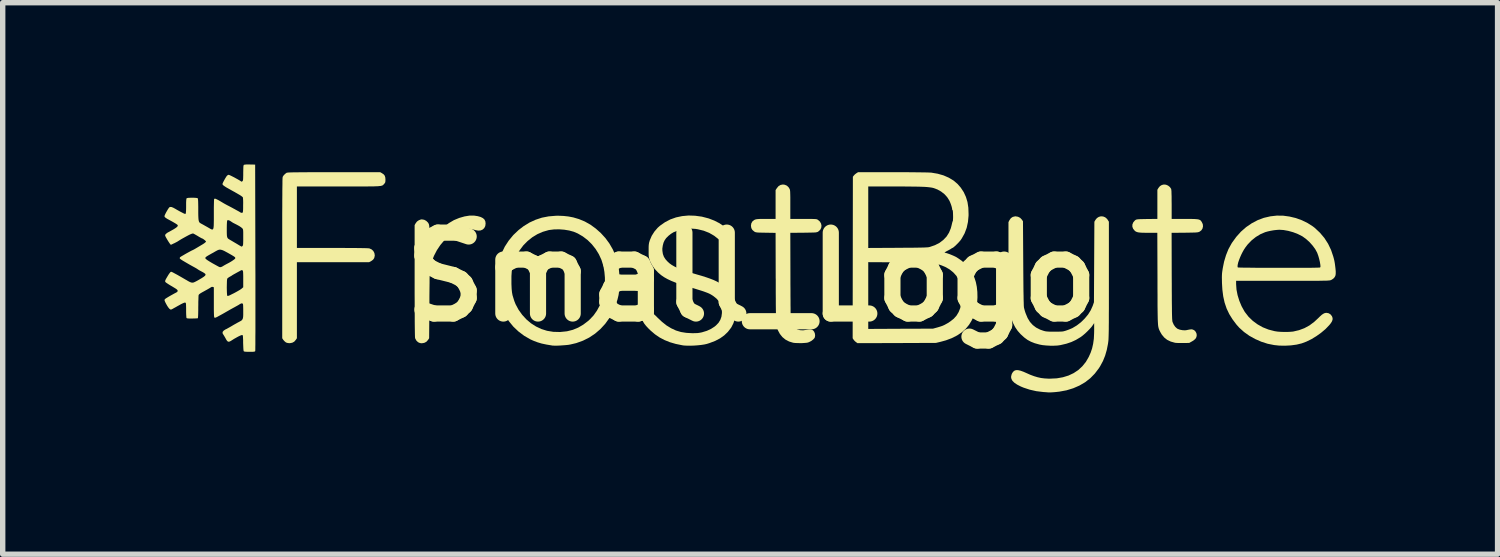
<source format=kicad_pcb>
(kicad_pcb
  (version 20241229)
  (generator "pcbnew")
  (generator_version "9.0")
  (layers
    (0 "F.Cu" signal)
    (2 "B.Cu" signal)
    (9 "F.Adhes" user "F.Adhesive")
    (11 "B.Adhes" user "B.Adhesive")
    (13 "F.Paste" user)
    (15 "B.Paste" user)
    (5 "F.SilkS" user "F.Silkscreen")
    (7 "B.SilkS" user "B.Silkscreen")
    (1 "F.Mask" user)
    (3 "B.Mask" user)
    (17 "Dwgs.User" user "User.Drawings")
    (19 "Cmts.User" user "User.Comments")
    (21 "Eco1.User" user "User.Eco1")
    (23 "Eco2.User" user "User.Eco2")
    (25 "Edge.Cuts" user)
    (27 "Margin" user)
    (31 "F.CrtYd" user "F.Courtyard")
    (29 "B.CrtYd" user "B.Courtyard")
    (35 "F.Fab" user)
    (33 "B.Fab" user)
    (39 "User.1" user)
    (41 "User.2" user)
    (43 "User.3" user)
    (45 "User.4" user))
  (footprint "Small_Logo"
    (layer "F.Cu")
    (at 10.89 2.085)
    (property "Reference" "Small_Logo" (at 0 0 0) (layer "F.SilkS") (effects (font (size 1.5 1.5) (thickness 0.3))))
    (attr board_only exclude_from_pos_files exclude_from_bom)
    (fp_poly (pts (xy -5.082 -1.127) (xy -5.026 -1.111) (xy -4.985 -1.09) (xy -4.957 -1.064) (xy -4.941 -1.031) (xy -4.936 -0.991) (xy -4.942 -0.944) (xy -4.961 -0.906) (xy -4.99 -0.879) (xy -5.028 -0.862) (xy -5.073 -0.859) (xy -5.124 -0.868) (xy -5.136 -0.872) (xy -5.213 -0.89) (xy -5.293 -0.894) (xy -5.374 -0.881) (xy -5.447 -0.857) (xy -5.538 -0.811) (xy -5.624 -0.75) (xy -5.703 -0.677) (xy -5.775 -0.592) (xy -5.839 -0.496) (xy -5.893 -0.392) (xy -5.937 -0.28) (xy -5.957 -0.213) (xy -5.96 -0.201) (xy -5.963 -0.189) (xy -5.965 -0.176) (xy -5.967 -0.16) (xy -5.969 -0.141) (xy -5.97 -0.117) (xy -5.972 -0.088) (xy -5.973 -0.052) (xy -5.974 -0.007) (xy -5.975 0.046) (xy -5.975 0.11) (xy -5.976 0.185) (xy -5.977 0.273) (xy -5.978 0.374) (xy -5.978 0.49) (xy -5.978 0.494) (xy -5.983 1.137) (xy -6.004 1.169) (xy -6.035 1.203) (xy -6.075 1.223) (xy -6.12 1.23) (xy -6.153 1.226) (xy -6.187 1.211) (xy -6.217 1.184) (xy -6.238 1.148) (xy -6.243 1.134) (xy -6.245 1.121) (xy -6.246 1.093) (xy -6.247 1.05) (xy -6.248 0.991) (xy -6.249 0.918) (xy -6.25 0.828) (xy -6.25 0.723) (xy -6.251 0.603) (xy -6.251 0.467) (xy -6.252 0.315) (xy -6.252 0.147) (xy -6.252 0.071) (xy -6.252 -0.961) (xy -6.233 -0.995) (xy -6.208 -1.028) (xy -6.173 -1.052) (xy -6.134 -1.066) (xy -6.117 -1.067) (xy -6.075 -1.06) (xy -6.037 -1.04) (xy -6.006 -1.01) (xy -5.999 -1) (xy -5.993 -0.989) (xy -5.988 -0.979) (xy -5.985 -0.967) (xy -5.982 -0.952) (xy -5.98 -0.93) (xy -5.979 -0.901) (xy -5.979 -0.861) (xy -5.979 -0.81) (xy -5.979 -0.754) (xy -5.979 -0.542) (xy -5.933 -0.628) (xy -5.865 -0.741) (xy -5.79 -0.84) (xy -5.708 -0.926) (xy -5.619 -0.997) (xy -5.524 -1.053) (xy -5.425 -1.094) (xy -5.327 -1.122) (xy -5.236 -1.137) (xy -5.154 -1.138)) (stroke (width 0) (type solid)) (fill yes) (layer "F.SilkS"))
    (fp_poly (pts (xy -7.747 -1.942) (xy -6.89 -1.942) (xy -6.858 -1.924) (xy -6.826 -1.902) (xy -6.806 -1.877) (xy -6.796 -1.844) (xy -6.793 -1.806) (xy -6.794 -1.775) (xy -6.797 -1.755) (xy -6.804 -1.741) (xy -6.817 -1.726) (xy -6.817 -1.725) (xy -6.825 -1.717) (xy -6.831 -1.71) (xy -6.837 -1.704) (xy -6.845 -1.699) (xy -6.855 -1.694) (xy -6.867 -1.691) (xy -6.884 -1.687) (xy -6.906 -1.685) (xy -6.933 -1.682) (xy -6.968 -1.681) (xy -7.01 -1.679) (xy -7.062 -1.679) (xy -7.123 -1.678) (xy -7.195 -1.678) (xy -7.279 -1.677) (xy -7.375 -1.677) (xy -7.486 -1.677) (xy -7.611 -1.677) (xy -7.66 -1.677) (xy -8.435 -1.677) (xy -8.435 -1.107) (xy -8.435 -0.538) (xy -7.779 -0.538) (xy -7.641 -0.538) (xy -7.52 -0.537) (xy -7.414 -0.537) (xy -7.324 -0.536) (xy -7.248 -0.535) (xy -7.188 -0.534) (xy -7.142 -0.533) (xy -7.11 -0.531) (xy -7.092 -0.529) (xy -7.09 -0.529) (xy -7.049 -0.51) (xy -7.018 -0.481) (xy -6.998 -0.443) (xy -6.991 -0.4) (xy -6.992 -0.391) (xy -7.001 -0.351) (xy -7.022 -0.32) (xy -7.056 -0.295) (xy -7.062 -0.291) (xy -7.097 -0.273) (xy -7.766 -0.273) (xy -8.435 -0.273) (xy -8.435 0.432) (xy -8.435 1.137) (xy -8.453 1.164) (xy -8.484 1.2) (xy -8.521 1.22) (xy -8.565 1.228) (xy -8.571 1.228) (xy -8.606 1.225) (xy -8.632 1.217) (xy -8.644 1.21) (xy -8.667 1.19) (xy -8.688 1.166) (xy -8.689 1.164) (xy -8.707 1.137) (xy -8.707 -0.351) (xy -8.707 -0.548) (xy -8.707 -0.729) (xy -8.707 -0.894) (xy -8.707 -1.046) (xy -8.707 -1.182) (xy -8.706 -1.305) (xy -8.706 -1.414) (xy -8.705 -1.51) (xy -8.705 -1.594) (xy -8.704 -1.665) (xy -8.703 -1.724) (xy -8.703 -1.772) (xy -8.702 -1.808) (xy -8.701 -1.834) (xy -8.699 -1.85) (xy -8.698 -1.856) (xy -8.68 -1.884) (xy -8.653 -1.911) (xy -8.627 -1.93) (xy -8.626 -1.931) (xy -8.62 -1.933) (xy -8.61 -1.934) (xy -8.596 -1.936) (xy -8.575 -1.937) (xy -8.548 -1.938) (xy -8.513 -1.939) (xy -8.47 -1.94) (xy -8.417 -1.94) (xy -8.354 -1.941) (xy -8.28 -1.941) (xy -8.194 -1.942) (xy -8.095 -1.942) (xy -7.983 -1.942) (xy -7.856 -1.942)) (stroke (width 0) (type solid)) (fill yes) (layer "F.SilkS"))
    (fp_poly (pts (xy 7.68 -1.71) (xy 7.718 -1.694) (xy 7.752 -1.667) (xy 7.776 -1.632) (xy 7.778 -1.618) (xy 7.781 -1.591) (xy 7.782 -1.548) (xy 7.784 -1.491) (xy 7.784 -1.418) (xy 7.785 -1.345) (xy 7.785 -1.075) (xy 8.026 -1.075) (xy 8.1 -1.075) (xy 8.161 -1.075) (xy 8.208 -1.074) (xy 8.246 -1.071) (xy 8.274 -1.068) (xy 8.295 -1.062) (xy 8.311 -1.055) (xy 8.323 -1.046) (xy 8.333 -1.033) (xy 8.343 -1.019) (xy 8.362 -0.979) (xy 8.366 -0.938) (xy 8.357 -0.898) (xy 8.335 -0.864) (xy 8.302 -0.839) (xy 8.292 -0.835) (xy 8.281 -0.831) (xy 8.268 -0.828) (xy 8.249 -0.826) (xy 8.224 -0.824) (xy 8.191 -0.823) (xy 8.147 -0.822) (xy 8.091 -0.821) (xy 8.027 -0.82) (xy 7.784 -0.818) (xy 7.786 -0.01) (xy 7.787 0.123) (xy 7.787 0.241) (xy 7.788 0.344) (xy 7.788 0.435) (xy 7.789 0.513) (xy 7.79 0.58) (xy 7.79 0.636) (xy 7.791 0.684) (xy 7.792 0.723) (xy 7.793 0.754) (xy 7.794 0.779) (xy 7.796 0.799) (xy 7.797 0.814) (xy 7.799 0.826) (xy 7.801 0.835) (xy 7.803 0.839) (xy 7.824 0.886) (xy 7.852 0.926) (xy 7.884 0.955) (xy 7.895 0.962) (xy 7.936 0.978) (xy 7.984 0.987) (xy 8.03 0.99) (xy 8.057 0.987) (xy 8.096 0.979) (xy 8.124 0.974) (xy 8.143 0.972) (xy 8.159 0.972) (xy 8.174 0.975) (xy 8.202 0.987) (xy 8.227 1.012) (xy 8.244 1.044) (xy 8.25 1.079) (xy 8.25 1.079) (xy 8.244 1.115) (xy 8.226 1.147) (xy 8.193 1.176) (xy 8.162 1.195) (xy 8.11 1.224) (xy 7.993 1.225) (xy 7.949 1.225) (xy 7.907 1.225) (xy 7.873 1.223) (xy 7.849 1.221) (xy 7.845 1.22) (xy 7.767 1.198) (xy 7.701 1.166) (xy 7.647 1.123) (xy 7.602 1.069) (xy 7.575 1.023) (xy 7.567 1.007) (xy 7.56 0.993) (xy 7.554 0.98) (xy 7.549 0.967) (xy 7.544 0.952) (xy 7.54 0.935) (xy 7.536 0.916) (xy 7.533 0.892) (xy 7.531 0.863) (xy 7.529 0.828) (xy 7.527 0.786) (xy 7.526 0.736) (xy 7.525 0.677) (xy 7.524 0.609) (xy 7.523 0.529) (xy 7.523 0.438) (xy 7.523 0.334) (xy 7.522 0.216) (xy 7.522 0.083) (xy 7.522 0.034) (xy 7.519 -0.819) (xy 7.353 -0.819) (xy 7.287 -0.819) (xy 7.234 -0.82) (xy 7.193 -0.823) (xy 7.162 -0.827) (xy 7.138 -0.834) (xy 7.12 -0.842) (xy 7.104 -0.853) (xy 7.1 -0.857) (xy 7.07 -0.894) (xy 7.056 -0.933) (xy 7.057 -0.973) (xy 7.073 -1.012) (xy 7.103 -1.047) (xy 7.113 -1.055) (xy 7.121 -1.06) (xy 7.131 -1.064) (xy 7.144 -1.067) (xy 7.163 -1.069) (xy 7.189 -1.071) (xy 7.226 -1.072) (xy 7.274 -1.073) (xy 7.328 -1.074) (xy 7.52 -1.076) (xy 7.52 -1.346) (xy 7.52 -1.616) (xy 7.54 -1.65) (xy 7.568 -1.684) (xy 7.603 -1.705) (xy 7.641 -1.714)) (stroke (width 0) (type solid)) (fill yes) (layer "F.SilkS"))
    (fp_poly (pts (xy -3.491 -1.131) (xy -3.4 -1.121) (xy -3.311 -1.104) (xy -3.22 -1.077) (xy -3.206 -1.073) (xy -3.097 -1.028) (xy -2.992 -0.969) (xy -2.892 -0.896) (xy -2.799 -0.813) (xy -2.714 -0.72) (xy -2.64 -0.619) (xy -2.578 -0.511) (xy -2.571 -0.496) (xy -2.556 -0.462) (xy -2.539 -0.419) (xy -2.521 -0.371) (xy -2.505 -0.324) (xy -2.492 -0.283) (xy -2.484 -0.254) (xy -2.466 -0.151) (xy -2.455 -0.039) (xy -2.451 0.077) (xy -2.454 0.191) (xy -2.465 0.298) (xy -2.471 0.337) (xy -2.49 0.417) (xy -2.518 0.504) (xy -2.552 0.592) (xy -2.591 0.675) (xy -2.632 0.749) (xy -2.638 0.758) (xy -2.718 0.869) (xy -2.808 0.967) (xy -2.907 1.052) (xy -3.015 1.124) (xy -3.131 1.182) (xy -3.256 1.227) (xy -3.362 1.252) (xy -3.401 1.259) (xy -3.449 1.264) (xy -3.503 1.268) (xy -3.558 1.272) (xy -3.61 1.274) (xy -3.657 1.274) (xy -3.692 1.273) (xy -3.704 1.271) (xy -3.806 1.254) (xy -3.896 1.235) (xy -3.976 1.211) (xy -4.049 1.183) (xy -4.105 1.158) (xy -4.221 1.091) (xy -4.326 1.012) (xy -4.421 0.922) (xy -4.505 0.82) (xy -4.577 0.709) (xy -4.637 0.587) (xy -4.684 0.457) (xy -4.719 0.318) (xy -4.72 0.313) (xy -4.73 0.247) (xy -4.736 0.171) (xy -4.737 0.104) (xy -4.467 0.104) (xy -4.458 0.223) (xy -4.437 0.338) (xy -4.404 0.446) (xy -4.38 0.506) (xy -4.324 0.61) (xy -4.257 0.703) (xy -4.18 0.787) (xy -4.095 0.859) (xy -4.001 0.919) (xy -3.901 0.966) (xy -3.796 0.999) (xy -3.686 1.017) (xy -3.676 1.018) (xy -3.555 1.021) (xy -3.437 1.009) (xy -3.419 1.006) (xy -3.317 0.98) (xy -3.22 0.94) (xy -3.127 0.886) (xy -3.036 0.817) (xy -3.001 0.785) (xy -2.932 0.711) (xy -2.871 0.624) (xy -2.819 0.528) (xy -2.776 0.425) (xy -2.746 0.319) (xy -2.744 0.309) (xy -2.729 0.217) (xy -2.723 0.115) (xy -2.724 0.011) (xy -2.733 -0.092) (xy -2.749 -0.187) (xy -2.754 -0.208) (xy -2.788 -0.317) (xy -2.836 -0.421) (xy -2.896 -0.518) (xy -2.966 -0.606) (xy -3.045 -0.684) (xy -3.133 -0.751) (xy -3.227 -0.806) (xy -3.302 -0.838) (xy -3.386 -0.861) (xy -3.478 -0.876) (xy -3.574 -0.883) (xy -3.669 -0.881) (xy -3.758 -0.87) (xy -3.768 -0.868) (xy -3.875 -0.837) (xy -3.976 -0.793) (xy -4.071 -0.735) (xy -4.158 -0.665) (xy -4.237 -0.585) (xy -4.305 -0.494) (xy -4.363 -0.395) (xy -4.409 -0.288) (xy -4.442 -0.175) (xy -4.451 -0.132) (xy -4.465 -0.015) (xy -4.467 0.104) (xy -4.737 0.104) (xy -4.738 0.089) (xy -4.737 0.005) (xy -4.732 -0.075) (xy -4.724 -0.147) (xy -4.72 -0.171) (xy -4.686 -0.309) (xy -4.639 -0.44) (xy -4.58 -0.562) (xy -4.507 -0.674) (xy -4.422 -0.777) (xy -4.324 -0.87) (xy -4.233 -0.94) (xy -4.123 -1.008) (xy -4.01 -1.06) (xy -3.892 -1.099) (xy -3.768 -1.123) (xy -3.636 -1.134) (xy -3.591 -1.135)) (stroke (width 0) (type solid)) (fill yes) (layer "F.SilkS"))
    (fp_poly (pts (xy 0.612 -1.709) (xy 0.651 -1.692) (xy 0.681 -1.664) (xy 0.699 -1.635) (xy 0.703 -1.626) (xy 0.707 -1.616) (xy 0.709 -1.602) (xy 0.711 -1.583) (xy 0.712 -1.557) (xy 0.713 -1.523) (xy 0.714 -1.478) (xy 0.714 -1.421) (xy 0.714 -1.35) (xy 0.714 -1.341) (xy 0.714 -1.075) (xy 0.958 -1.075) (xy 1.027 -1.075) (xy 1.082 -1.075) (xy 1.124 -1.075) (xy 1.156 -1.074) (xy 1.179 -1.073) (xy 1.196 -1.071) (xy 1.208 -1.068) (xy 1.217 -1.064) (xy 1.225 -1.059) (xy 1.228 -1.057) (xy 1.263 -1.026) (xy 1.284 -0.989) (xy 1.292 -0.95) (xy 1.287 -0.911) (xy 1.269 -0.875) (xy 1.237 -0.845) (xy 1.228 -0.839) (xy 1.219 -0.834) (xy 1.209 -0.831) (xy 1.196 -0.828) (xy 1.178 -0.825) (xy 1.153 -0.824) (xy 1.12 -0.823) (xy 1.076 -0.822) (xy 1.02 -0.821) (xy 0.957 -0.82) (xy 0.714 -0.818) (xy 0.716 -0.006) (xy 0.716 0.127) (xy 0.717 0.244) (xy 0.717 0.348) (xy 0.718 0.438) (xy 0.718 0.516) (xy 0.719 0.583) (xy 0.719 0.64) (xy 0.72 0.687) (xy 0.721 0.726) (xy 0.722 0.758) (xy 0.723 0.783) (xy 0.725 0.803) (xy 0.726 0.818) (xy 0.728 0.83) (xy 0.73 0.84) (xy 0.732 0.848) (xy 0.733 0.849) (xy 0.758 0.9) (xy 0.794 0.941) (xy 0.84 0.97) (xy 0.892 0.987) (xy 0.951 0.99) (xy 0.999 0.983) (xy 1.049 0.974) (xy 1.088 0.972) (xy 1.117 0.979) (xy 1.14 0.995) (xy 1.157 1.018) (xy 1.17 1.051) (xy 1.174 1.088) (xy 1.168 1.121) (xy 1.161 1.135) (xy 1.137 1.161) (xy 1.103 1.187) (xy 1.064 1.207) (xy 1.041 1.216) (xy 1.014 1.221) (xy 0.977 1.224) (xy 0.931 1.227) (xy 0.883 1.227) (xy 0.837 1.226) (xy 0.796 1.224) (xy 0.766 1.22) (xy 0.691 1.197) (xy 0.624 1.162) (xy 0.566 1.114) (xy 0.52 1.056) (xy 0.499 1.017) (xy 0.49 1.001) (xy 0.483 0.985) (xy 0.477 0.971) (xy 0.471 0.956) (xy 0.466 0.94) (xy 0.462 0.922) (xy 0.458 0.901) (xy 0.455 0.876) (xy 0.453 0.845) (xy 0.451 0.808) (xy 0.449 0.765) (xy 0.448 0.713) (xy 0.447 0.652) (xy 0.446 0.581) (xy 0.445 0.498) (xy 0.445 0.404) (xy 0.444 0.297) (xy 0.444 0.176) (xy 0.444 0.04) (xy 0.443 0.023) (xy 0.441 -0.817) (xy 0.259 -0.82) (xy 0.2 -0.821) (xy 0.155 -0.822) (xy 0.121 -0.823) (xy 0.097 -0.825) (xy 0.079 -0.828) (xy 0.066 -0.831) (xy 0.055 -0.836) (xy 0.045 -0.842) (xy 0.011 -0.871) (xy -0.009 -0.906) (xy -0.016 -0.95) (xy -0.016 -0.95) (xy -0.009 -0.994) (xy 0.011 -1.029) (xy 0.044 -1.055) (xy 0.051 -1.059) (xy 0.063 -1.064) (xy 0.077 -1.068) (xy 0.093 -1.071) (xy 0.115 -1.073) (xy 0.145 -1.075) (xy 0.185 -1.075) (xy 0.238 -1.075) (xy 0.263 -1.075) (xy 0.441 -1.075) (xy 0.441 -1.343) (xy 0.441 -1.61) (xy 0.465 -1.647) (xy 0.496 -1.684) (xy 0.534 -1.706) (xy 0.576 -1.714)) (stroke (width 0) (type solid)) (fill yes) (layer "F.SilkS"))
    (fp_poly (pts (xy -1.052 -1.135) (xy -0.927 -1.118) (xy -0.911 -1.114) (xy -0.8 -1.085) (xy -0.696 -1.045) (xy -0.6 -0.996) (xy -0.515 -0.938) (xy -0.441 -0.874) (xy -0.384 -0.807) (xy -0.366 -0.771) (xy -0.361 -0.73) (xy -0.367 -0.691) (xy -0.375 -0.673) (xy -0.399 -0.646) (xy -0.431 -0.628) (xy -0.469 -0.619) (xy -0.506 -0.62) (xy -0.538 -0.632) (xy -0.543 -0.636) (xy -0.56 -0.65) (xy -0.584 -0.671) (xy -0.61 -0.694) (xy -0.612 -0.696) (xy -0.697 -0.763) (xy -0.79 -0.817) (xy -0.891 -0.857) (xy -1.002 -0.884) (xy -1.045 -0.891) (xy -1.123 -0.896) (xy -1.207 -0.892) (xy -1.292 -0.88) (xy -1.372 -0.859) (xy -1.443 -0.832) (xy -1.449 -0.83) (xy -1.498 -0.8) (xy -1.546 -0.762) (xy -1.588 -0.72) (xy -1.616 -0.68) (xy -1.637 -0.635) (xy -1.651 -0.581) (xy -1.659 -0.526) (xy -1.658 -0.485) (xy -1.649 -0.426) (xy -1.63 -0.374) (xy -1.6 -0.327) (xy -1.562 -0.285) (xy -1.527 -0.253) (xy -1.487 -0.224) (xy -1.441 -0.197) (xy -1.387 -0.17) (xy -1.324 -0.143) (xy -1.25 -0.116) (xy -1.163 -0.088) (xy -1.063 -0.059) (xy -1.026 -0.048) (xy -0.929 -0.02) (xy -0.847 0.006) (xy -0.775 0.031) (xy -0.713 0.055) (xy -0.658 0.08) (xy -0.607 0.107) (xy -0.559 0.136) (xy -0.544 0.147) (xy -0.481 0.194) (xy -0.43 0.244) (xy -0.389 0.299) (xy -0.372 0.327) (xy -0.349 0.371) (xy -0.332 0.41) (xy -0.32 0.452) (xy -0.309 0.503) (xy -0.308 0.51) (xy -0.299 0.6) (xy -0.301 0.69) (xy -0.315 0.777) (xy -0.341 0.858) (xy -0.377 0.93) (xy -0.386 0.944) (xy -0.444 1.019) (xy -0.512 1.084) (xy -0.589 1.139) (xy -0.679 1.186) (xy -0.781 1.225) (xy -0.831 1.241) (xy -0.879 1.252) (xy -0.938 1.261) (xy -1.005 1.268) (xy -1.075 1.273) (xy -1.144 1.275) (xy -1.208 1.274) (xy -1.263 1.271) (xy -1.288 1.267) (xy -1.41 1.242) (xy -1.52 1.21) (xy -1.619 1.17) (xy -1.71 1.122) (xy -1.795 1.064) (xy -1.877 0.994) (xy -1.913 0.959) (xy -1.958 0.911) (xy -1.991 0.87) (xy -2.014 0.833) (xy -2.026 0.799) (xy -2.03 0.766) (xy -2.03 0.765) (xy -2.023 0.73) (xy -2.003 0.699) (xy -1.973 0.674) (xy -1.938 0.657) (xy -1.899 0.651) (xy -1.86 0.657) (xy -1.856 0.658) (xy -1.843 0.667) (xy -1.821 0.685) (xy -1.793 0.71) (xy -1.763 0.739) (xy -1.754 0.749) (xy -1.667 0.831) (xy -1.582 0.899) (xy -1.495 0.952) (xy -1.407 0.993) (xy -1.314 1.021) (xy -1.214 1.037) (xy -1.106 1.043) (xy -1.095 1.043) (xy -1.042 1.042) (xy -0.999 1.04) (xy -0.96 1.034) (xy -0.92 1.026) (xy -0.915 1.024) (xy -0.833 0.999) (xy -0.757 0.964) (xy -0.692 0.922) (xy -0.665 0.9) (xy -0.617 0.85) (xy -0.584 0.796) (xy -0.563 0.737) (xy -0.554 0.67) (xy -0.554 0.646) (xy -0.56 0.575) (xy -0.577 0.511) (xy -0.608 0.455) (xy -0.652 0.404) (xy -0.711 0.356) (xy -0.732 0.342) (xy -0.753 0.329) (xy -0.774 0.317) (xy -0.797 0.306) (xy -0.823 0.295) (xy -0.855 0.283) (xy -0.893 0.269) (xy -0.939 0.254) (xy -0.994 0.237) (xy -1.061 0.216) (xy -1.141 0.192) (xy -1.208 0.173) (xy -1.317 0.139) (xy -1.411 0.106) (xy -1.493 0.073) (xy -1.565 0.039) (xy -1.627 0.004) (xy -1.682 -0.034) (xy -1.731 -0.076) (xy -1.74 -0.084) (xy -1.8 -0.148) (xy -1.849 -0.217) (xy -1.885 -0.287) (xy -1.894 -0.313) (xy -1.902 -0.339) (xy -1.908 -0.362) (xy -1.911 -0.387) (xy -1.913 -0.417) (xy -1.913 -0.457) (xy -1.913 -0.494) (xy -1.913 -0.542) (xy -1.912 -0.579) (xy -1.909 -0.608) (xy -1.905 -0.633) (xy -1.898 -0.657) (xy -1.892 -0.678) (xy -1.856 -0.762) (xy -1.806 -0.841) (xy -1.745 -0.912) (xy -1.702 -0.95) (xy -1.611 -1.014) (xy -1.512 -1.066) (xy -1.405 -1.104) (xy -1.292 -1.128) (xy -1.174 -1.139)) (stroke (width 0) (type solid)) (fill yes) (layer "F.SilkS"))
    (fp_poly (pts (xy 2.739 -1.942) (xy 2.857 -1.942) (xy 2.964 -1.941) (xy 3.059 -1.94) (xy 3.141 -1.939) (xy 3.209 -1.938) (xy 3.264 -1.937) (xy 3.303 -1.935) (xy 3.328 -1.934) (xy 3.328 -1.934) (xy 3.446 -1.914) (xy 3.555 -1.883) (xy 3.653 -1.84) (xy 3.741 -1.787) (xy 3.817 -1.722) (xy 3.875 -1.655) (xy 3.929 -1.573) (xy 3.97 -1.484) (xy 3.999 -1.389) (xy 4.015 -1.284) (xy 4.019 -1.17) (xy 4.019 -1.138) (xy 4.008 -1.02) (xy 3.984 -0.91) (xy 3.946 -0.809) (xy 3.895 -0.717) (xy 3.871 -0.681) (xy 3.852 -0.659) (xy 3.828 -0.632) (xy 3.801 -0.605) (xy 3.775 -0.579) (xy 3.75 -0.558) (xy 3.732 -0.543) (xy 3.721 -0.538) (xy 3.709 -0.533) (xy 3.7 -0.526) (xy 3.688 -0.518) (xy 3.665 -0.505) (xy 3.636 -0.489) (xy 3.623 -0.483) (xy 3.596 -0.468) (xy 3.579 -0.457) (xy 3.574 -0.45) (xy 3.576 -0.45) (xy 3.596 -0.446) (xy 3.626 -0.437) (xy 3.664 -0.424) (xy 3.704 -0.408) (xy 3.744 -0.391) (xy 3.78 -0.374) (xy 3.803 -0.361) (xy 3.892 -0.3) (xy 3.972 -0.226) (xy 4.041 -0.141) (xy 4.098 -0.048) (xy 4.129 0.017) (xy 4.154 0.095) (xy 4.172 0.183) (xy 4.182 0.279) (xy 4.184 0.378) (xy 4.178 0.478) (xy 4.164 0.574) (xy 4.157 0.609) (xy 4.137 0.674) (xy 4.108 0.744) (xy 4.073 0.814) (xy 4.033 0.879) (xy 4.028 0.887) (xy 3.968 0.96) (xy 3.894 1.026) (xy 3.808 1.084) (xy 3.71 1.134) (xy 3.601 1.175) (xy 3.503 1.202) (xy 3.415 1.223) (xy 2.688 1.226) (xy 1.961 1.228) (xy 1.934 1.21) (xy 1.91 1.19) (xy 1.89 1.167) (xy 1.888 1.164) (xy 1.87 1.137) (xy 1.871 0.345) (xy 2.159 0.345) (xy 2.159 0.964) (xy 2.759 0.961) (xy 3.359 0.959) (xy 3.443 0.936) (xy 3.512 0.915) (xy 3.572 0.89) (xy 3.63 0.858) (xy 3.682 0.824) (xy 3.745 0.774) (xy 3.796 0.717) (xy 3.835 0.652) (xy 3.864 0.579) (xy 3.883 0.495) (xy 3.892 0.399) (xy 3.893 0.348) (xy 3.89 0.268) (xy 3.883 0.2) (xy 3.869 0.139) (xy 3.849 0.081) (xy 3.834 0.048) (xy 3.792 -0.022) (xy 3.736 -0.084) (xy 3.668 -0.139) (xy 3.588 -0.185) (xy 3.521 -0.213) (xy 3.493 -0.223) (xy 3.467 -0.231) (xy 3.443 -0.239) (xy 3.418 -0.245) (xy 3.393 -0.25) (xy 3.364 -0.255) (xy 3.331 -0.259) (xy 3.293 -0.262) (xy 3.249 -0.264) (xy 3.196 -0.266) (xy 3.135 -0.267) (xy 3.063 -0.268) (xy 2.979 -0.269) (xy 2.882 -0.27) (xy 2.771 -0.271) (xy 2.731 -0.271) (xy 2.159 -0.274) (xy 2.159 0.345) (xy 1.871 0.345) (xy 1.872 -0.361) (xy 1.873 -1.107) (xy 2.159 -1.107) (xy 2.159 -0.537) (xy 2.707 -0.54) (xy 2.817 -0.541) (xy 2.912 -0.541) (xy 2.993 -0.542) (xy 3.062 -0.543) (xy 3.119 -0.544) (xy 3.167 -0.545) (xy 3.205 -0.546) (xy 3.235 -0.548) (xy 3.259 -0.549) (xy 3.277 -0.551) (xy 3.291 -0.554) (xy 3.3 -0.556) (xy 3.396 -0.589) (xy 3.48 -0.632) (xy 3.551 -0.686) (xy 3.611 -0.749) (xy 3.657 -0.822) (xy 3.691 -0.905) (xy 3.706 -0.963) (xy 3.713 -0.994) (xy 3.719 -1.018) (xy 3.724 -1.032) (xy 3.726 -1.034) (xy 3.729 -1.043) (xy 3.73 -1.063) (xy 3.732 -1.092) (xy 3.732 -1.126) (xy 3.731 -1.161) (xy 3.73 -1.192) (xy 3.728 -1.218) (xy 3.726 -1.233) (xy 3.724 -1.236) (xy 3.717 -1.243) (xy 3.716 -1.25) (xy 3.712 -1.277) (xy 3.703 -1.313) (xy 3.689 -1.354) (xy 3.672 -1.396) (xy 3.661 -1.419) (xy 3.622 -1.48) (xy 3.571 -1.536) (xy 3.509 -1.584) (xy 3.441 -1.622) (xy 3.368 -1.649) (xy 3.367 -1.649) (xy 3.343 -1.655) (xy 3.317 -1.659) (xy 3.285 -1.663) (xy 3.248 -1.667) (xy 3.204 -1.67) (xy 3.151 -1.672) (xy 3.089 -1.674) (xy 3.017 -1.675) (xy 2.932 -1.676) (xy 2.835 -1.677) (xy 2.724 -1.677) (xy 2.646 -1.677) (xy 2.159 -1.677) (xy 2.159 -1.107) (xy 1.873 -1.107) (xy 1.874 -1.858) (xy 1.893 -1.882) (xy 1.912 -1.902) (xy 1.937 -1.921) (xy 1.941 -1.924) (xy 1.97 -1.942) (xy 2.611 -1.942)) (stroke (width 0) (type solid)) (fill yes) (layer "F.SilkS"))
    (fp_poly (pts (xy 6.514 -1.121) (xy 6.552 -1.106) (xy 6.585 -1.078) (xy 6.597 -1.062) (xy 6.621 -1.024) (xy 6.621 0.056) (xy 6.621 0.21) (xy 6.621 0.348) (xy 6.621 0.473) (xy 6.621 0.584) (xy 6.62 0.683) (xy 6.62 0.769) (xy 6.62 0.845) (xy 6.619 0.912) (xy 6.619 0.969) (xy 6.618 1.018) (xy 6.617 1.059) (xy 6.616 1.094) (xy 6.615 1.124) (xy 6.614 1.149) (xy 6.613 1.17) (xy 6.611 1.189) (xy 6.609 1.205) (xy 6.607 1.22) (xy 6.605 1.235) (xy 6.605 1.236) (xy 6.582 1.353) (xy 6.551 1.46) (xy 6.511 1.559) (xy 6.46 1.654) (xy 6.434 1.695) (xy 6.36 1.792) (xy 6.276 1.878) (xy 6.181 1.952) (xy 6.075 2.014) (xy 5.96 2.064) (xy 5.836 2.102) (xy 5.702 2.127) (xy 5.628 2.135) (xy 5.589 2.138) (xy 5.56 2.14) (xy 5.536 2.141) (xy 5.513 2.141) (xy 5.486 2.14) (xy 5.452 2.137) (xy 5.406 2.134) (xy 5.405 2.134) (xy 5.275 2.118) (xy 5.152 2.09) (xy 5.037 2.052) (xy 4.985 2.03) (xy 4.919 1.996) (xy 4.869 1.962) (xy 4.834 1.928) (xy 4.814 1.892) (xy 4.807 1.855) (xy 4.815 1.815) (xy 4.824 1.791) (xy 4.844 1.76) (xy 4.868 1.739) (xy 4.898 1.728) (xy 4.935 1.728) (xy 4.981 1.738) (xy 5.037 1.758) (xy 5.08 1.777) (xy 5.161 1.813) (xy 5.233 1.84) (xy 5.3 1.86) (xy 5.364 1.874) (xy 5.43 1.882) (xy 5.501 1.886) (xy 5.533 1.886) (xy 5.656 1.88) (xy 5.769 1.86) (xy 5.873 1.828) (xy 5.968 1.783) (xy 6.054 1.726) (xy 6.129 1.656) (xy 6.195 1.574) (xy 6.247 1.484) (xy 6.283 1.404) (xy 6.31 1.324) (xy 6.329 1.239) (xy 6.342 1.147) (xy 6.347 1.044) (xy 6.348 0.992) (xy 6.348 0.856) (xy 6.322 0.895) (xy 6.298 0.928) (xy 6.264 0.966) (xy 6.224 1.007) (xy 6.182 1.047) (xy 6.14 1.083) (xy 6.102 1.112) (xy 6.091 1.119) (xy 6.009 1.168) (xy 5.925 1.207) (xy 5.833 1.238) (xy 5.731 1.262) (xy 5.722 1.264) (xy 5.667 1.272) (xy 5.602 1.275) (xy 5.53 1.275) (xy 5.458 1.271) (xy 5.39 1.264) (xy 5.331 1.253) (xy 5.329 1.252) (xy 5.246 1.229) (xy 5.175 1.201) (xy 5.112 1.167) (xy 5.052 1.123) (xy 4.992 1.068) (xy 4.987 1.064) (xy 4.931 1.001) (xy 4.884 0.933) (xy 4.845 0.857) (xy 4.813 0.77) (xy 4.799 0.723) (xy 4.792 0.7) (xy 4.787 0.678) (xy 4.782 0.656) (xy 4.778 0.633) (xy 4.774 0.609) (xy 4.771 0.58) (xy 4.768 0.548) (xy 4.766 0.51) (xy 4.764 0.467) (xy 4.763 0.415) (xy 4.761 0.355) (xy 4.761 0.286) (xy 4.76 0.206) (xy 4.76 0.114) (xy 4.759 0.01) (xy 4.759 -0.108) (xy 4.759 -0.242) (xy 4.759 -0.253) (xy 4.759 -1.016) (xy 4.777 -1.052) (xy 4.804 -1.09) (xy 4.838 -1.113) (xy 4.88 -1.123) (xy 4.889 -1.124) (xy 4.936 -1.116) (xy 4.977 -1.095) (xy 5.008 -1.062) (xy 5.028 -1.032) (xy 5.033 -0.253) (xy 5.034 -0.104) (xy 5.035 0.03) (xy 5.036 0.151) (xy 5.037 0.256) (xy 5.039 0.347) (xy 5.04 0.422) (xy 5.042 0.482) (xy 5.043 0.527) (xy 5.045 0.556) (xy 5.046 0.567) (xy 5.053 0.595) (xy 5.063 0.631) (xy 5.075 0.668) (xy 5.079 0.678) (xy 5.114 0.762) (xy 5.157 0.833) (xy 5.209 0.891) (xy 5.272 0.939) (xy 5.346 0.977) (xy 5.401 0.996) (xy 5.424 1.003) (xy 5.445 1.008) (xy 5.468 1.011) (xy 5.496 1.013) (xy 5.532 1.015) (xy 5.579 1.015) (xy 5.614 1.015) (xy 5.667 1.015) (xy 5.708 1.014) (xy 5.739 1.013) (xy 5.764 1.011) (xy 5.785 1.007) (xy 5.806 1.001) (xy 5.83 0.994) (xy 5.834 0.992) (xy 5.871 0.979) (xy 5.908 0.964) (xy 5.938 0.951) (xy 5.943 0.949) (xy 6.025 0.9) (xy 6.103 0.84) (xy 6.173 0.771) (xy 6.235 0.697) (xy 6.284 0.618) (xy 6.32 0.538) (xy 6.321 0.536) (xy 6.344 0.469) (xy 6.348 -0.277) (xy 6.352 -1.023) (xy 6.372 -1.058) (xy 6.4 -1.092) (xy 6.435 -1.114) (xy 6.474 -1.124)) (stroke (width 0) (type solid)) (fill yes) (layer "F.SilkS"))
    (fp_poly (pts (xy 9.851 -1.136) (xy 9.969 -1.12) (xy 10.087 -1.092) (xy 10.2 -1.051) (xy 10.306 -0.999) (xy 10.403 -0.937) (xy 10.439 -0.909) (xy 10.534 -0.82) (xy 10.616 -0.723) (xy 10.685 -0.616) (xy 10.74 -0.501) (xy 10.781 -0.38) (xy 10.792 -0.34) (xy 10.8 -0.307) (xy 10.806 -0.277) (xy 10.811 -0.246) (xy 10.816 -0.208) (xy 10.822 -0.159) (xy 10.822 -0.158) (xy 10.827 -0.106) (xy 10.827 -0.065) (xy 10.824 -0.034) (xy 10.815 -0.01) (xy 10.801 0.012) (xy 10.795 0.019) (xy 10.773 0.038) (xy 10.747 0.054) (xy 10.742 0.057) (xy 10.736 0.059) (xy 10.729 0.061) (xy 10.721 0.063) (xy 10.709 0.065) (xy 10.693 0.066) (xy 10.672 0.068) (xy 10.646 0.069) (xy 10.613 0.069) (xy 10.572 0.07) (xy 10.523 0.071) (xy 10.464 0.071) (xy 10.395 0.071) (xy 10.314 0.072) (xy 10.221 0.072) (xy 10.116 0.072) (xy 9.996 0.072) (xy 9.86 0.072) (xy 9.845 0.072) (xy 8.98 0.072) (xy 8.98 0.134) (xy 8.987 0.234) (xy 9.007 0.337) (xy 9.039 0.441) (xy 9.081 0.542) (xy 9.133 0.636) (xy 9.145 0.654) (xy 9.211 0.739) (xy 9.289 0.814) (xy 9.377 0.879) (xy 9.475 0.934) (xy 9.581 0.976) (xy 9.693 1.005) (xy 9.704 1.007) (xy 9.751 1.014) (xy 9.808 1.018) (xy 9.869 1.02) (xy 9.931 1.02) (xy 9.988 1.017) (xy 10.034 1.013) (xy 10.04 1.012) (xy 10.147 0.987) (xy 10.246 0.95) (xy 10.34 0.899) (xy 10.428 0.833) (xy 10.495 0.771) (xy 10.535 0.732) (xy 10.566 0.704) (xy 10.593 0.685) (xy 10.616 0.673) (xy 10.639 0.667) (xy 10.659 0.666) (xy 10.698 0.674) (xy 10.732 0.696) (xy 10.758 0.73) (xy 10.758 0.731) (xy 10.769 0.762) (xy 10.768 0.795) (xy 10.754 0.83) (xy 10.727 0.87) (xy 10.706 0.895) (xy 10.637 0.967) (xy 10.556 1.035) (xy 10.468 1.098) (xy 10.376 1.154) (xy 10.284 1.199) (xy 10.196 1.232) (xy 10.101 1.255) (xy 9.997 1.269) (xy 9.888 1.275) (xy 9.777 1.273) (xy 9.685 1.263) (xy 9.565 1.239) (xy 9.447 1.201) (xy 9.333 1.151) (xy 9.225 1.091) (xy 9.127 1.021) (xy 9.039 0.942) (xy 8.987 0.884) (xy 8.914 0.787) (xy 8.853 0.689) (xy 8.804 0.586) (xy 8.767 0.477) (xy 8.741 0.36) (xy 8.725 0.234) (xy 8.718 0.116) (xy 8.717 0.056) (xy 8.716 0.009) (xy 8.717 -0.03) (xy 8.719 -0.066) (xy 8.723 -0.101) (xy 8.729 -0.139) (xy 8.731 -0.153) (xy 8.74 -0.2) (xy 9.006 -0.2) (xy 9.009 -0.181) (xy 9.013 -0.176) (xy 9.023 -0.175) (xy 9.047 -0.174) (xy 9.084 -0.173) (xy 9.134 -0.172) (xy 9.194 -0.172) (xy 9.263 -0.171) (xy 9.34 -0.17) (xy 9.423 -0.17) (xy 9.512 -0.17) (xy 9.604 -0.169) (xy 9.699 -0.169) (xy 9.795 -0.169) (xy 9.89 -0.169) (xy 9.984 -0.169) (xy 10.075 -0.169) (xy 10.161 -0.169) (xy 10.241 -0.169) (xy 10.315 -0.17) (xy 10.379 -0.17) (xy 10.434 -0.171) (xy 10.478 -0.172) (xy 10.509 -0.173) (xy 10.526 -0.173) (xy 10.528 -0.174) (xy 10.538 -0.177) (xy 10.543 -0.184) (xy 10.544 -0.198) (xy 10.542 -0.223) (xy 10.541 -0.23) (xy 10.533 -0.279) (xy 10.52 -0.335) (xy 10.504 -0.391) (xy 10.486 -0.441) (xy 10.481 -0.453) (xy 10.446 -0.517) (xy 10.398 -0.582) (xy 10.342 -0.645) (xy 10.28 -0.701) (xy 10.216 -0.748) (xy 10.201 -0.757) (xy 10.124 -0.796) (xy 10.038 -0.829) (xy 9.948 -0.854) (xy 9.859 -0.87) (xy 9.781 -0.875) (xy 9.736 -0.872) (xy 9.681 -0.866) (xy 9.623 -0.856) (xy 9.568 -0.844) (xy 9.522 -0.831) (xy 9.521 -0.831) (xy 9.432 -0.793) (xy 9.346 -0.741) (xy 9.266 -0.677) (xy 9.194 -0.602) (xy 9.154 -0.55) (xy 9.126 -0.508) (xy 9.1 -0.462) (xy 9.075 -0.412) (xy 9.053 -0.362) (xy 9.034 -0.313) (xy 9.019 -0.269) (xy 9.01 -0.23) (xy 9.006 -0.2) (xy 8.74 -0.2) (xy 8.757 -0.284) (xy 8.793 -0.404) (xy 8.837 -0.514) (xy 8.893 -0.616) (xy 8.904 -0.634) (xy 8.983 -0.743) (xy 9.07 -0.84) (xy 9.166 -0.924) (xy 9.27 -0.995) (xy 9.38 -1.053) (xy 9.495 -1.096) (xy 9.616 -1.124) (xy 9.733 -1.137)) (stroke (width 0) (type solid)) (fill yes) (layer "F.SilkS"))
    (fp_poly (pts (xy -9.308 -2.085) (xy -9.209 -2.083) (xy -9.205 -0.361) (xy -9.205 -0.196) (xy -9.204 -0.035) (xy -9.204 0.121) (xy -9.204 0.272) (xy -9.204 0.416) (xy -9.204 0.553) (xy -9.204 0.682) (xy -9.204 0.802) (xy -9.204 0.913) (xy -9.204 1.014) (xy -9.205 1.104) (xy -9.205 1.182) (xy -9.205 1.248) (xy -9.206 1.301) (xy -9.206 1.34) (xy -9.207 1.365) (xy -9.207 1.374) (xy -9.207 1.374) (xy -9.212 1.38) (xy -9.221 1.384) (xy -9.237 1.387) (xy -9.263 1.388) (xy -9.301 1.388) (xy -9.313 1.388) (xy -9.359 1.388) (xy -9.391 1.386) (xy -9.411 1.383) (xy -9.42 1.378) (xy -9.421 1.378) (xy -9.424 1.365) (xy -9.427 1.339) (xy -9.429 1.299) (xy -9.431 1.247) (xy -9.432 1.223) (xy -9.432 1.172) (xy -9.434 1.134) (xy -9.435 1.108) (xy -9.437 1.092) (xy -9.44 1.082) (xy -9.445 1.078) (xy -9.448 1.077) (xy -9.463 1.079) (xy -9.489 1.089) (xy -9.522 1.105) (xy -9.56 1.126) (xy -9.601 1.149) (xy -9.626 1.165) (xy -9.662 1.188) (xy -9.688 1.2) (xy -9.708 1.201) (xy -9.724 1.191) (xy -9.741 1.169) (xy -9.759 1.136) (xy -9.775 1.108) (xy -9.79 1.083) (xy -9.8 1.068) (xy -9.814 1.042) (xy -9.811 1.018) (xy -9.793 0.996) (xy -9.789 0.993) (xy -9.768 0.979) (xy -9.751 0.969) (xy -9.748 0.968) (xy -9.736 0.963) (xy -9.714 0.95) (xy -9.683 0.933) (xy -9.648 0.913) (xy -9.64 0.908) (xy -9.601 0.885) (xy -9.563 0.864) (xy -9.53 0.845) (xy -9.506 0.833) (xy -9.505 0.832) (xy -9.479 0.818) (xy -9.459 0.805) (xy -9.446 0.789) (xy -9.437 0.769) (xy -9.432 0.742) (xy -9.43 0.704) (xy -9.43 0.654) (xy -9.43 0.642) (xy -9.43 0.597) (xy -9.431 0.558) (xy -9.432 0.527) (xy -9.434 0.507) (xy -9.435 0.502) (xy -9.446 0.491) (xy -9.466 0.491) (xy -9.49 0.502) (xy -9.493 0.504) (xy -9.511 0.516) (xy -9.537 0.531) (xy -9.566 0.547) (xy -9.591 0.561) (xy -9.626 0.58) (xy -9.668 0.603) (xy -9.713 0.629) (xy -9.743 0.646) (xy -9.802 0.68) (xy -9.849 0.706) (xy -9.886 0.726) (xy -9.913 0.741) (xy -9.932 0.75) (xy -9.945 0.755) (xy -9.954 0.757) (xy -9.96 0.756) (xy -9.964 0.754) (xy -9.964 0.754) (xy -9.967 0.748) (xy -9.97 0.737) (xy -9.972 0.719) (xy -9.973 0.692) (xy -9.974 0.654) (xy -9.975 0.605) (xy -9.975 0.543) (xy -9.975 0.468) (xy -9.975 0.195) (xy -9.735 0.195) (xy -9.734 0.239) (xy -9.733 0.28) (xy -9.731 0.313) (xy -9.729 0.337) (xy -9.727 0.345) (xy -9.723 0.351) (xy -9.716 0.353) (xy -9.706 0.35) (xy -9.688 0.344) (xy -9.662 0.331) (xy -9.624 0.312) (xy -9.605 0.303) (xy -9.564 0.281) (xy -9.525 0.259) (xy -9.491 0.239) (xy -9.468 0.223) (xy -9.461 0.218) (xy -9.43 0.191) (xy -9.43 0.04) (xy -9.43 -0.013) (xy -9.431 -0.054) (xy -9.432 -0.082) (xy -9.434 -0.101) (xy -9.437 -0.113) (xy -9.441 -0.12) (xy -9.443 -0.121) (xy -9.454 -0.127) (xy -9.467 -0.124) (xy -9.481 -0.117) (xy -9.5 -0.106) (xy -9.528 -0.091) (xy -9.559 -0.074) (xy -9.566 -0.07) (xy -9.595 -0.054) (xy -9.62 -0.04) (xy -9.636 -0.03) (xy -9.638 -0.028) (xy -9.653 -0.018) (xy -9.675 -0.006) (xy -9.684 -0.001) (xy -9.706 0.013) (xy -9.723 0.027) (xy -9.726 0.032) (xy -9.729 0.045) (xy -9.732 0.072) (xy -9.733 0.108) (xy -9.734 0.15) (xy -9.735 0.195) (xy -9.975 0.195) (xy -9.975 0.192) (xy -9.993 0.185) (xy -10.013 0.184) (xy -10.032 0.194) (xy -10.047 0.204) (xy -10.073 0.219) (xy -10.106 0.238) (xy -10.144 0.259) (xy -10.153 0.264) (xy -10.195 0.287) (xy -10.225 0.305) (xy -10.244 0.319) (xy -10.254 0.33) (xy -10.257 0.337) (xy -10.259 0.35) (xy -10.26 0.377) (xy -10.261 0.416) (xy -10.263 0.462) (xy -10.263 0.516) (xy -10.264 0.559) (xy -10.264 0.615) (xy -10.265 0.665) (xy -10.266 0.707) (xy -10.268 0.739) (xy -10.27 0.76) (xy -10.271 0.766) (xy -10.281 0.767) (xy -10.304 0.769) (xy -10.337 0.77) (xy -10.375 0.771) (xy -10.377 0.771) (xy -10.421 0.771) (xy -10.452 0.77) (xy -10.471 0.767) (xy -10.48 0.763) (xy -10.482 0.761) (xy -10.484 0.75) (xy -10.486 0.725) (xy -10.488 0.691) (xy -10.489 0.649) (xy -10.489 0.625) (xy -10.489 0.581) (xy -10.49 0.541) (xy -10.491 0.511) (xy -10.493 0.491) (xy -10.494 0.486) (xy -10.5 0.478) (xy -10.509 0.475) (xy -10.525 0.478) (xy -10.549 0.488) (xy -10.582 0.504) (xy -10.626 0.529) (xy -10.64 0.536) (xy -10.678 0.558) (xy -10.713 0.577) (xy -10.741 0.593) (xy -10.76 0.602) (xy -10.765 0.604) (xy -10.779 0.604) (xy -10.796 0.593) (xy -10.805 0.583) (xy -10.822 0.562) (xy -10.841 0.533) (xy -10.859 0.501) (xy -10.875 0.47) (xy -10.886 0.444) (xy -10.89 0.427) (xy -10.886 0.418) (xy -10.874 0.405) (xy -10.85 0.389) (xy -10.815 0.368) (xy -10.8 0.359) (xy -10.763 0.338) (xy -10.727 0.318) (xy -10.698 0.302) (xy -10.678 0.292) (xy -10.678 0.292) (xy -10.656 0.279) (xy -10.647 0.266) (xy -10.646 0.257) (xy -10.647 0.248) (xy -10.654 0.239) (xy -10.667 0.227) (xy -10.689 0.212) (xy -10.722 0.192) (xy -10.75 0.175) (xy -10.788 0.153) (xy -10.821 0.132) (xy -10.848 0.114) (xy -10.865 0.102) (xy -10.868 0.099) (xy -10.876 0.089) (xy -10.878 0.077) (xy -10.874 0.061) (xy -10.863 0.038) (xy -10.843 0.004) (xy -10.836 -0.008) (xy -10.813 -0.046) (xy -10.795 -0.071) (xy -10.782 -0.087) (xy -10.772 -0.095) (xy -10.765 -0.096) (xy -10.753 -0.092) (xy -10.73 -0.081) (xy -10.697 -0.063) (xy -10.654 -0.04) (xy -10.605 -0.012) (xy -10.551 0.019) (xy -10.493 0.053) (xy -10.492 0.053) (xy -10.45 0.078) (xy -10.417 0.095) (xy -10.392 0.104) (xy -10.371 0.106) (xy -10.35 0.103) (xy -10.327 0.093) (xy -10.317 0.088) (xy -10.288 0.073) (xy -10.251 0.052) (xy -10.214 0.03) (xy -10.2 0.022) (xy -10.162 -0.003) (xy -10.138 -0.023) (xy -10.128 -0.04) (xy -10.133 -0.055) (xy -10.151 -0.071) (xy -10.182 -0.09) (xy -10.194 -0.096) (xy -10.224 -0.112) (xy -10.251 -0.127) (xy -10.268 -0.138) (xy -10.273 -0.141) (xy -10.285 -0.15) (xy -10.307 -0.163) (xy -10.337 -0.18) (xy -10.361 -0.193) (xy -10.417 -0.224) (xy -10.469 -0.254) (xy -10.515 -0.281) (xy -10.554 -0.304) (xy -10.583 -0.323) (xy -10.602 -0.337) (xy -10.607 -0.343) (xy -10.606 -0.356) (xy -10.133 -0.356) (xy -10.132 -0.346) (xy -10.131 -0.342) (xy -10.118 -0.329) (xy -10.093 -0.31) (xy -10.055 -0.286) (xy -10.003 -0.255) (xy -9.938 -0.219) (xy -9.887 -0.191) (xy -9.866 -0.182) (xy -9.846 -0.182) (xy -9.822 -0.191) (xy -9.799 -0.205) (xy -9.775 -0.219) (xy -9.746 -0.235) (xy -9.727 -0.245) (xy -9.691 -0.264) (xy -9.655 -0.285) (xy -9.623 -0.306) (xy -9.598 -0.324) (xy -9.582 -0.338) (xy -9.579 -0.343) (xy -9.577 -0.354) (xy -9.583 -0.365) (xy -9.599 -0.378) (xy -9.626 -0.395) (xy -9.653 -0.411) (xy -9.685 -0.429) (xy -9.713 -0.445) (xy -9.735 -0.457) (xy -9.739 -0.459) (xy -9.785 -0.484) (xy -9.821 -0.499) (xy -9.851 -0.506) (xy -9.879 -0.505) (xy -9.906 -0.495) (xy -9.925 -0.485) (xy -9.949 -0.472) (xy -9.981 -0.453) (xy -10.018 -0.433) (xy -10.041 -0.42) (xy -10.081 -0.397) (xy -10.109 -0.38) (xy -10.125 -0.366) (xy -10.133 -0.356) (xy -10.606 -0.356) (xy -10.606 -0.357) (xy -10.602 -0.365) (xy -10.592 -0.372) (xy -10.572 -0.385) (xy -10.544 -0.401) (xy -10.51 -0.421) (xy -10.475 -0.441) (xy -10.44 -0.46) (xy -10.409 -0.477) (xy -10.384 -0.49) (xy -10.369 -0.497) (xy -10.366 -0.498) (xy -10.358 -0.502) (xy -10.337 -0.513) (xy -10.308 -0.53) (xy -10.271 -0.552) (xy -10.229 -0.577) (xy -10.184 -0.604) (xy -10.174 -0.61) (xy -10.149 -0.627) (xy -10.13 -0.643) (xy -10.12 -0.653) (xy -10.12 -0.655) (xy -10.126 -0.665) (xy -10.141 -0.68) (xy -10.16 -0.695) (xy -10.179 -0.708) (xy -10.192 -0.714) (xy -10.194 -0.714) (xy -10.203 -0.718) (xy -10.223 -0.729) (xy -10.25 -0.744) (xy -10.272 -0.758) (xy -10.303 -0.776) (xy -10.331 -0.792) (xy -10.351 -0.802) (xy -10.358 -0.806) (xy -10.374 -0.804) (xy -10.4 -0.795) (xy -10.433 -0.78) (xy -10.482 -0.754) (xy -10.529 -0.728) (xy -10.572 -0.704) (xy -10.607 -0.683) (xy -10.631 -0.668) (xy -10.632 -0.667) (xy -10.651 -0.655) (xy -10.679 -0.64) (xy -10.71 -0.624) (xy -10.714 -0.623) (xy -10.772 -0.595) (xy -10.79 -0.616) (xy -10.802 -0.633) (xy -10.819 -0.659) (xy -10.838 -0.69) (xy -10.846 -0.704) (xy -10.864 -0.735) (xy -10.874 -0.756) (xy -10.878 -0.769) (xy -10.877 -0.779) (xy -10.872 -0.789) (xy -10.872 -0.789) (xy -10.858 -0.803) (xy -10.836 -0.82) (xy -10.821 -0.828) (xy -10.814 -0.832) (xy -9.735 -0.832) (xy -9.734 -0.79) (xy -9.732 -0.76) (xy -9.727 -0.737) (xy -9.719 -0.72) (xy -9.705 -0.706) (xy -9.684 -0.693) (xy -9.657 -0.677) (xy -9.638 -0.666) (xy -9.601 -0.644) (xy -9.56 -0.62) (xy -9.523 -0.598) (xy -9.522 -0.597) (xy -9.495 -0.581) (xy -9.474 -0.569) (xy -9.462 -0.563) (xy -9.46 -0.562) (xy -9.451 -0.567) (xy -9.442 -0.574) (xy -9.438 -0.581) (xy -9.434 -0.593) (xy -9.432 -0.612) (xy -9.431 -0.64) (xy -9.43 -0.679) (xy -9.43 -0.733) (xy -9.43 -0.734) (xy -9.43 -0.787) (xy -9.43 -0.825) (xy -9.431 -0.853) (xy -9.433 -0.872) (xy -9.436 -0.884) (xy -9.441 -0.894) (xy -9.447 -0.901) (xy -9.448 -0.902) (xy -9.469 -0.92) (xy -9.503 -0.943) (xy -9.547 -0.967) (xy -9.59 -0.989) (xy -9.618 -1.003) (xy -9.643 -1.019) (xy -9.65 -1.024) (xy -9.681 -1.044) (xy -9.706 -1.053) (xy -9.723 -1.051) (xy -9.726 -1.049) (xy -9.729 -1.037) (xy -9.732 -1.01) (xy -9.734 -0.967) (xy -9.735 -0.909) (xy -9.735 -0.887) (xy -9.735 -0.832) (xy -10.814 -0.832) (xy -10.761 -0.861) (xy -10.715 -0.887) (xy -10.681 -0.909) (xy -10.658 -0.927) (xy -10.646 -0.942) (xy -10.643 -0.954) (xy -10.648 -0.965) (xy -10.651 -0.967) (xy -10.664 -0.977) (xy -10.687 -0.992) (xy -10.719 -1.011) (xy -10.754 -1.031) (xy -10.791 -1.051) (xy -10.8 -1.056) (xy -10.839 -1.077) (xy -10.865 -1.094) (xy -10.881 -1.107) (xy -10.889 -1.119) (xy -10.89 -1.128) (xy -10.886 -1.143) (xy -10.875 -1.167) (xy -10.86 -1.197) (xy -10.842 -1.228) (xy -10.825 -1.257) (xy -10.809 -1.28) (xy -10.799 -1.292) (xy -10.782 -1.298) (xy -10.758 -1.296) (xy -10.726 -1.283) (xy -10.684 -1.26) (xy -10.68 -1.257) (xy -10.643 -1.236) (xy -10.604 -1.214) (xy -10.567 -1.195) (xy -10.536 -1.179) (xy -10.514 -1.17) (xy -10.512 -1.169) (xy -10.504 -1.168) (xy -10.498 -1.173) (xy -10.494 -1.186) (xy -10.492 -1.207) (xy -10.49 -1.24) (xy -10.489 -1.285) (xy -10.489 -1.325) (xy -10.489 -1.38) (xy -10.487 -1.42) (xy -10.484 -1.446) (xy -10.48 -1.458) (xy -10.479 -1.459) (xy -10.467 -1.463) (xy -10.443 -1.467) (xy -10.411 -1.468) (xy -10.375 -1.469) (xy -10.339 -1.468) (xy -10.307 -1.466) (xy -10.284 -1.463) (xy -10.274 -1.459) (xy -10.271 -1.45) (xy -10.268 -1.431) (xy -10.266 -1.4) (xy -10.265 -1.356) (xy -10.264 -1.298) (xy -10.264 -1.254) (xy -10.264 -1.186) (xy -10.263 -1.131) (xy -10.261 -1.089) (xy -10.258 -1.057) (xy -10.253 -1.034) (xy -10.246 -1.017) (xy -10.236 -1.005) (xy -10.223 -0.996) (xy -10.211 -0.989) (xy -10.192 -0.979) (xy -10.163 -0.963) (xy -10.128 -0.943) (xy -10.094 -0.924) (xy -10.063 -0.906) (xy -10.039 -0.892) (xy -10.019 -0.882) (xy -10.004 -0.879) (xy -9.992 -0.883) (xy -9.985 -0.896) (xy -9.98 -0.918) (xy -9.977 -0.951) (xy -9.976 -0.997) (xy -9.975 -1.055) (xy -9.975 -1.128) (xy -9.975 -1.159) (xy -9.975 -1.224) (xy -9.975 -1.283) (xy -9.974 -1.336) (xy -9.973 -1.38) (xy -9.972 -1.414) (xy -9.971 -1.434) (xy -9.971 -1.44) (xy -9.961 -1.451) (xy -9.955 -1.453) (xy -9.941 -1.448) (xy -9.916 -1.437) (xy -9.883 -1.42) (xy -9.846 -1.398) (xy -9.819 -1.382) (xy -9.794 -1.367) (xy -9.76 -1.348) (xy -9.723 -1.328) (xy -9.703 -1.318) (xy -9.667 -1.299) (xy -9.633 -1.281) (xy -9.606 -1.266) (xy -9.594 -1.26) (xy -9.566 -1.244) (xy -9.535 -1.227) (xy -9.527 -1.223) (xy -9.504 -1.21) (xy -9.486 -1.199) (xy -9.481 -1.195) (xy -9.465 -1.189) (xy -9.452 -1.189) (xy -9.445 -1.191) (xy -9.441 -1.194) (xy -9.437 -1.202) (xy -9.435 -1.217) (xy -9.433 -1.24) (xy -9.432 -1.275) (xy -9.432 -1.324) (xy -9.432 -1.326) (xy -9.431 -1.377) (xy -9.432 -1.42) (xy -9.434 -1.452) (xy -9.436 -1.472) (xy -9.437 -1.476) (xy -9.448 -1.487) (xy -9.469 -1.503) (xy -9.495 -1.52) (xy -9.499 -1.522) (xy -9.53 -1.54) (xy -9.559 -1.557) (xy -9.581 -1.569) (xy -9.581 -1.57) (xy -9.6 -1.58) (xy -9.629 -1.596) (xy -9.663 -1.615) (xy -9.695 -1.633) (xy -9.743 -1.66) (xy -9.777 -1.682) (xy -9.8 -1.699) (xy -9.812 -1.713) (xy -9.815 -1.723) (xy -9.811 -1.736) (xy -9.801 -1.759) (xy -9.786 -1.787) (xy -9.77 -1.817) (xy -9.753 -1.845) (xy -9.739 -1.867) (xy -9.732 -1.876) (xy -9.715 -1.889) (xy -9.7 -1.894) (xy -9.688 -1.89) (xy -9.665 -1.88) (xy -9.635 -1.865) (xy -9.601 -1.848) (xy -9.565 -1.828) (xy -9.532 -1.81) (xy -9.503 -1.793) (xy -9.482 -1.78) (xy -9.473 -1.773) (xy -9.462 -1.766) (xy -9.446 -1.774) (xy -9.442 -1.778) (xy -9.438 -1.785) (xy -9.434 -1.797) (xy -9.432 -1.817) (xy -9.431 -1.846) (xy -9.43 -1.887) (xy -9.43 -1.93) (xy -9.429 -1.983) (xy -9.428 -2.022) (xy -9.427 -2.049) (xy -9.424 -2.067) (xy -9.42 -2.076) (xy -9.419 -2.078) (xy -9.404 -2.082) (xy -9.374 -2.085) (xy -9.328 -2.085)) (stroke (width 0) (type solid)) (fill yes) (layer "F.SilkS")))
  (gr_rect
    (start -3 -3)
    (end 24.718 7.226)
    (stroke (width 0.1) (type default))
    (fill no)
    (layer "Edge.Cuts")))
</source>
